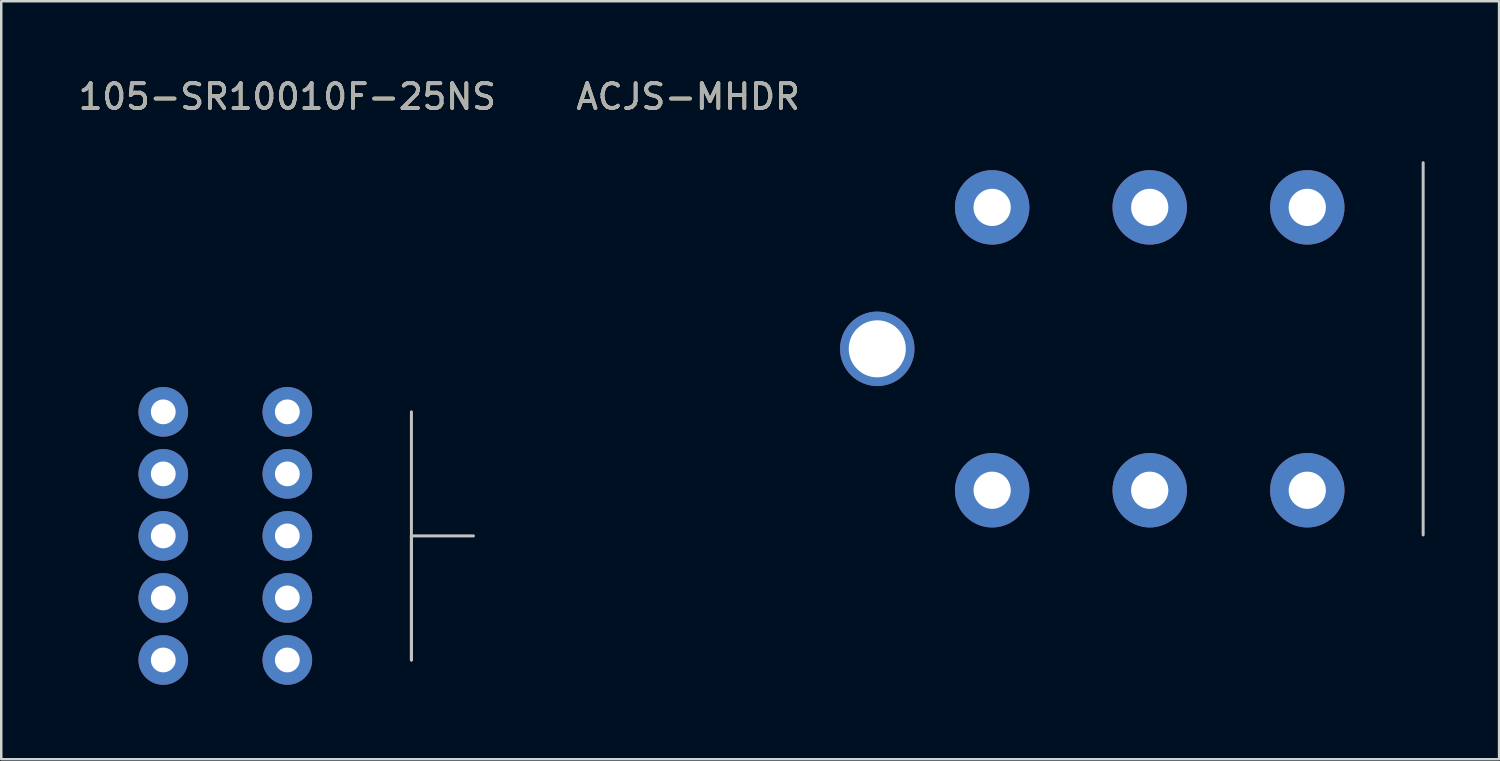
<source format=kicad_pcb>
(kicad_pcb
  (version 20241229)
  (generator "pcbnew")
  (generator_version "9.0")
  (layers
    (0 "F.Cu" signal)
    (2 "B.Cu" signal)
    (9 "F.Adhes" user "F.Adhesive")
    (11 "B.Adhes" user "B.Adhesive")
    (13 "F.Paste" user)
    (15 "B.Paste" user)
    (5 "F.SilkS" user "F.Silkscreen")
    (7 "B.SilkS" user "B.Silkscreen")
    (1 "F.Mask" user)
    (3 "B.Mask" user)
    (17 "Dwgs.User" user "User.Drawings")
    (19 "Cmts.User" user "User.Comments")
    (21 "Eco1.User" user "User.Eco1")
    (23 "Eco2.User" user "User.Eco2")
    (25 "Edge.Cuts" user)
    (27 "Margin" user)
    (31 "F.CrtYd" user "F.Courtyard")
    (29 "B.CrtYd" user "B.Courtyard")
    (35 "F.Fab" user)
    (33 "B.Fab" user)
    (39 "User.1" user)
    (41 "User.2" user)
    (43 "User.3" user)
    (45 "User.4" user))
  (footprint "105-SR10010F-25NS"
    (layer "F.Cu")
    (at 8.53 13.548)
    (property "Reference" "105-SR10010F-25NS" (at 0 -12.7 0) (unlocked yes) (layer "F.SilkS") (effects (font (size 1 1) (thickness 0.15))))
    (attr through_hole)
    (fp_line (start 5 0) (end 5 10) (stroke (width 0.12) (type solid)) (layer "Dwgs.User"))
    (fp_line (start 5 5) (end 7.5 5) (stroke (width 0.12) (type solid)) (layer "Dwgs.User"))
    (fp_line (start 5 10) (end 5 5) (stroke (width 0.12) (type solid)) (layer "Dwgs.User"))
    (fp_text user "${REFERENCE}" (at 0 -12.7 0) (unlocked yes) (layer "F.Fab") (effects (font (size 1 1) (thickness 0.15))))
    (pad "1" thru_hole circle (at 0 0) (size 2 2) (drill 1) (layers "*.Cu" "*.Mask"))
    (pad "2" thru_hole circle (at 0 2.5) (size 2 2) (drill 1) (layers "*.Cu" "*.Mask"))
    (pad "3" thru_hole circle (at 0 5) (size 2 2) (drill 1) (layers "*.Cu" "*.Mask"))
    (pad "4" thru_hole circle (at 0 7.5) (size 2 2) (drill 1) (layers "*.Cu" "*.Mask"))
    (pad "5" thru_hole circle (at 0 10) (size 2 2) (drill 1) (layers "*.Cu" "*.Mask"))
    (pad "6" thru_hole circle (at -5 10) (size 2 2) (drill 1) (layers "*.Cu" "*.Mask"))
    (pad "7" thru_hole circle (at -5 7.5) (size 2 2) (drill 1) (layers "*.Cu" "*.Mask"))
    (pad "8" thru_hole circle (at -5 5) (size 2 2) (drill 1) (layers "*.Cu" "*.Mask"))
    (pad "9" thru_hole circle (at -5 2.5) (size 2 2) (drill 1) (layers "*.Cu" "*.Mask"))
    (pad "10" thru_hole circle (at -5 0) (size 2 2) (drill 1) (layers "*.Cu" "*.Mask")))
  (footprint "ACJS-MHDR"
    (layer "F.Cu")
    (at 32.305 11.008)
    (property "Reference" "ACJS-MHDR" (at -7.62 -10.16 0) (unlocked yes) (layer "F.SilkS") (effects (font (size 1 1) (thickness 0.15))))
    (attr through_hole)
    (fp_line (start 22 -7.5) (end 22 7.5) (stroke (width 0.12) (type solid)) (layer "Dwgs.User"))
    (fp_text user "${REFERENCE}" (at -7.62 -10.16 0) (unlocked yes) (layer "F.Fab") (effects (font (size 1 1) (thickness 0.15))))
    (pad "" np_thru_hole circle (at 0 0) (size 3 3) (drill 2.3) (layers "*.Cu" "*.Mask"))
    (pad "R" thru_hole circle (at 10.98 -5.7) (size 3 3) (drill 1.5) (layers "*.Cu" "*.Mask"))
    (pad "R" thru_hole circle (at 10.98 5.7) (size 3 3) (drill 1.5) (layers "*.Cu" "*.Mask"))
    (pad "S" thru_hole circle (at 4.63 -5.7) (size 3 3) (drill 1.5) (layers "*.Cu" "*.Mask"))
    (pad "S" thru_hole circle (at 4.63 5.7) (size 3 3) (drill 1.5) (layers "*.Cu" "*.Mask"))
    (pad "T" thru_hole circle (at 17.33 -5.7) (size 3 3) (drill 1.5) (layers "*.Cu" "*.Mask"))
    (pad "T" thru_hole circle (at 17.33 5.7) (size 3 3) (drill 1.5) (layers "*.Cu" "*.Mask")))
  (gr_rect
    (start -3 -3)
    (end 57.365 27.548)
    (stroke (width 0.1) (type default))
    (fill no)
    (layer "Edge.Cuts")))
</source>
